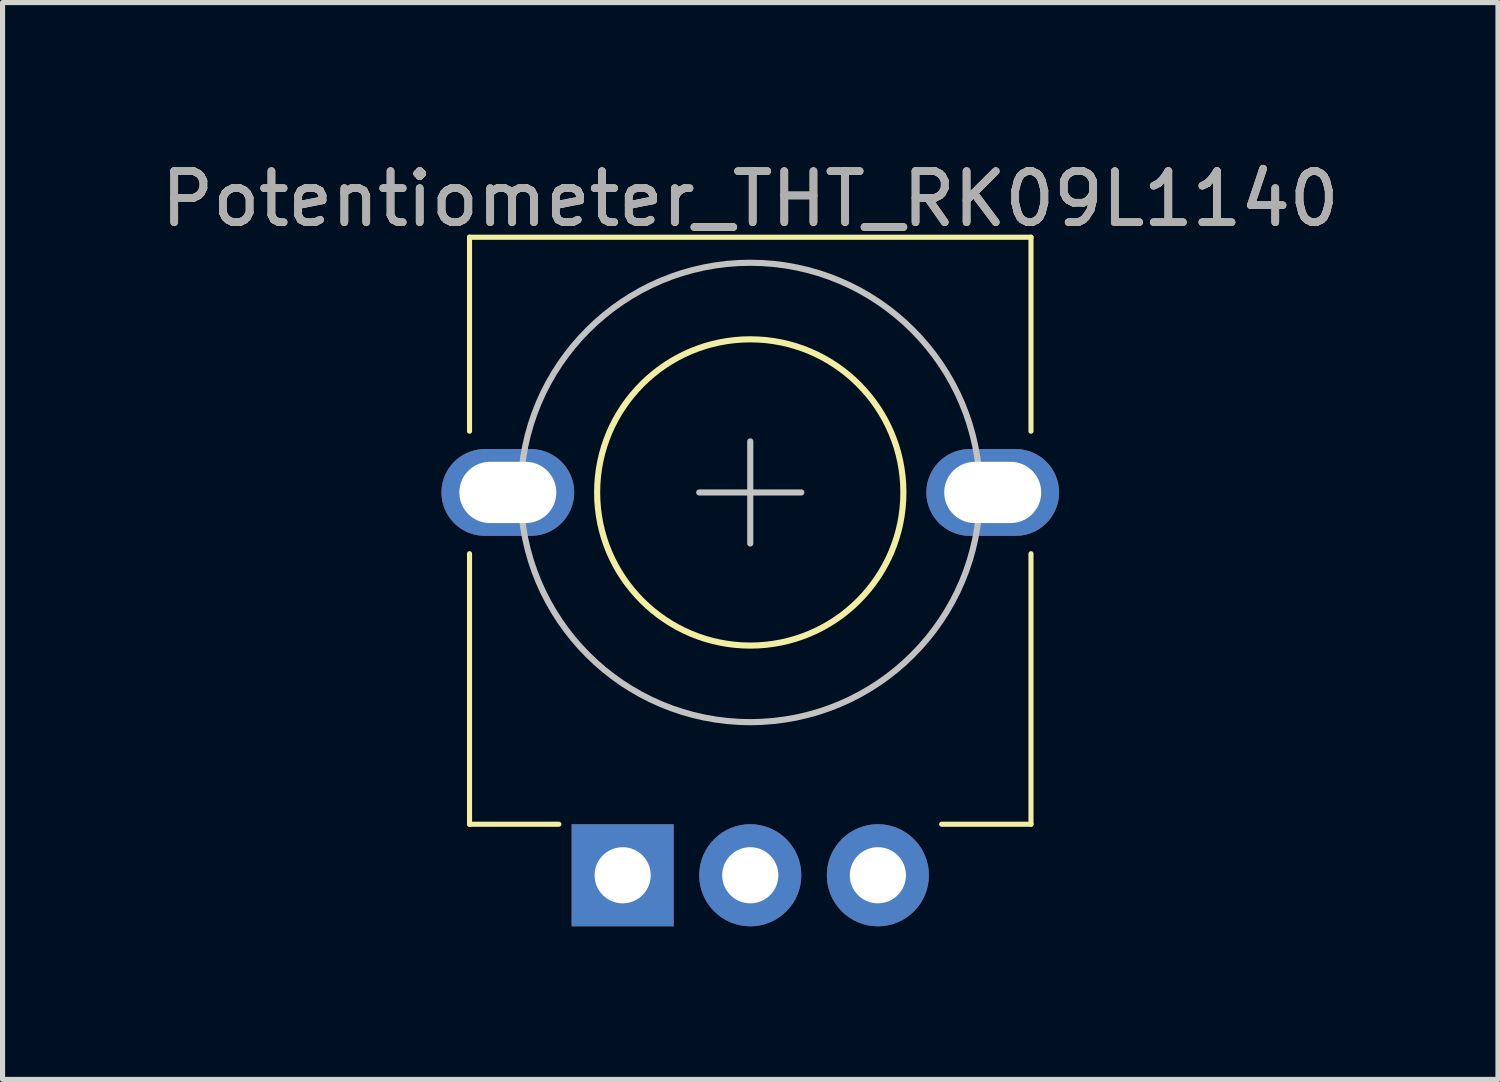
<source format=kicad_pcb>
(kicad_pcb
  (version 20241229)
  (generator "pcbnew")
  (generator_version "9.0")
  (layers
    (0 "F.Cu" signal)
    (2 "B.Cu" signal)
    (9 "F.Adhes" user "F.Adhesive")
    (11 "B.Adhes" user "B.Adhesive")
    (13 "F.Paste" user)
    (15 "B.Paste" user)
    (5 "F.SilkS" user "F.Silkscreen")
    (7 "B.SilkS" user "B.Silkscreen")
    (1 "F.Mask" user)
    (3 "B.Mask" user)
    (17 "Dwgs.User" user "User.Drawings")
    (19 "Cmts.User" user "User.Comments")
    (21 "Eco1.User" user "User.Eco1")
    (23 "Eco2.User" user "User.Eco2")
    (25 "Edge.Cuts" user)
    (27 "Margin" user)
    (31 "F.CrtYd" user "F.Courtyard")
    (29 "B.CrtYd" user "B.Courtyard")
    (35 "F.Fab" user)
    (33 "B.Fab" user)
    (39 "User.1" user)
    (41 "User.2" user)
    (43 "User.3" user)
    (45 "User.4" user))
  (footprint "Potentiometer_THT_RK09L1140"
    (layer "F.Cu")
    (at 11.649 6.598)
    (property "Reference" "Potentiometer_THT_RK09L1140" (at 0 -5.75 0) (layer "F.SilkS") (effects (font (size 1 1) (thickness 0.15))))
    (attr through_hole)
    (fp_line (start -5.5 -5) (end 5.5 -5) (stroke (width 0.1) (type solid)) (layer "F.SilkS"))
    (fp_line (start -5.5 -1.2) (end -5.5 -5) (stroke (width 0.1) (type solid)) (layer "F.SilkS"))
    (fp_line (start -5.5 6.5) (end -5.5 1.2) (stroke (width 0.1) (type solid)) (layer "F.SilkS"))
    (fp_line (start -3.75 6.5) (end -5.5 6.5) (stroke (width 0.1) (type solid)) (layer "F.SilkS"))
    (fp_line (start 5.5 -5) (end 5.5 -1.2) (stroke (width 0.1) (type solid)) (layer "F.SilkS"))
    (fp_line (start 5.5 1.2) (end 5.5 6.5) (stroke (width 0.1) (type solid)) (layer "F.SilkS"))
    (fp_line (start 5.5 6.5) (end 3.75 6.5) (stroke (width 0.1) (type solid)) (layer "F.SilkS"))
    (fp_circle (center 0 0) (end 3 0) (stroke (width 0.12) (type solid)) (fill no) (layer "F.SilkS"))
    (fp_line (start -1 0) (end 1 0) (stroke (width 0.12) (type solid)) (layer "Dwgs.User"))
    (fp_line (start 0 -1) (end 0 1) (stroke (width 0.12) (type solid)) (layer "Dwgs.User"))
    (fp_circle (center 0 0) (end 4.5 0) (stroke (width 0.12) (type solid)) (fill no) (layer "Dwgs.User"))
    (fp_text user "${REFERENCE}" (at 0 -5.75 0) (layer "F.Fab") (effects (font (size 1 1) (thickness 0.15))))
    (pad "1" thru_hole rect (at -2.5 7.5) (size 2 2) (drill 1.1) (layers "*.Cu" "*.Mask"))
    (pad "2" thru_hole circle (at 0 7.5) (size 2 2) (drill 1.1) (layers "*.Cu" "*.Mask"))
    (pad "3" thru_hole circle (at 2.5 7.5) (size 2 2) (drill 1.1) (layers "*.Cu" "*.Mask"))
    (pad "MP" thru_hole oval (at -4.75 0) (size 2.6 1.7) (drill oval 1.9 1.2) (layers "*.Cu" "*.Mask"))
    (pad "MP" thru_hole oval (at 4.75 0) (size 2.6 1.7) (drill oval 1.9 1.2) (layers "*.Cu" "*.Mask")))
  (gr_rect
    (start -3 -3)
    (end 26.298 18.098)
    (stroke (width 0.1) (type default))
    (fill no)
    (layer "Edge.Cuts")))
</source>
